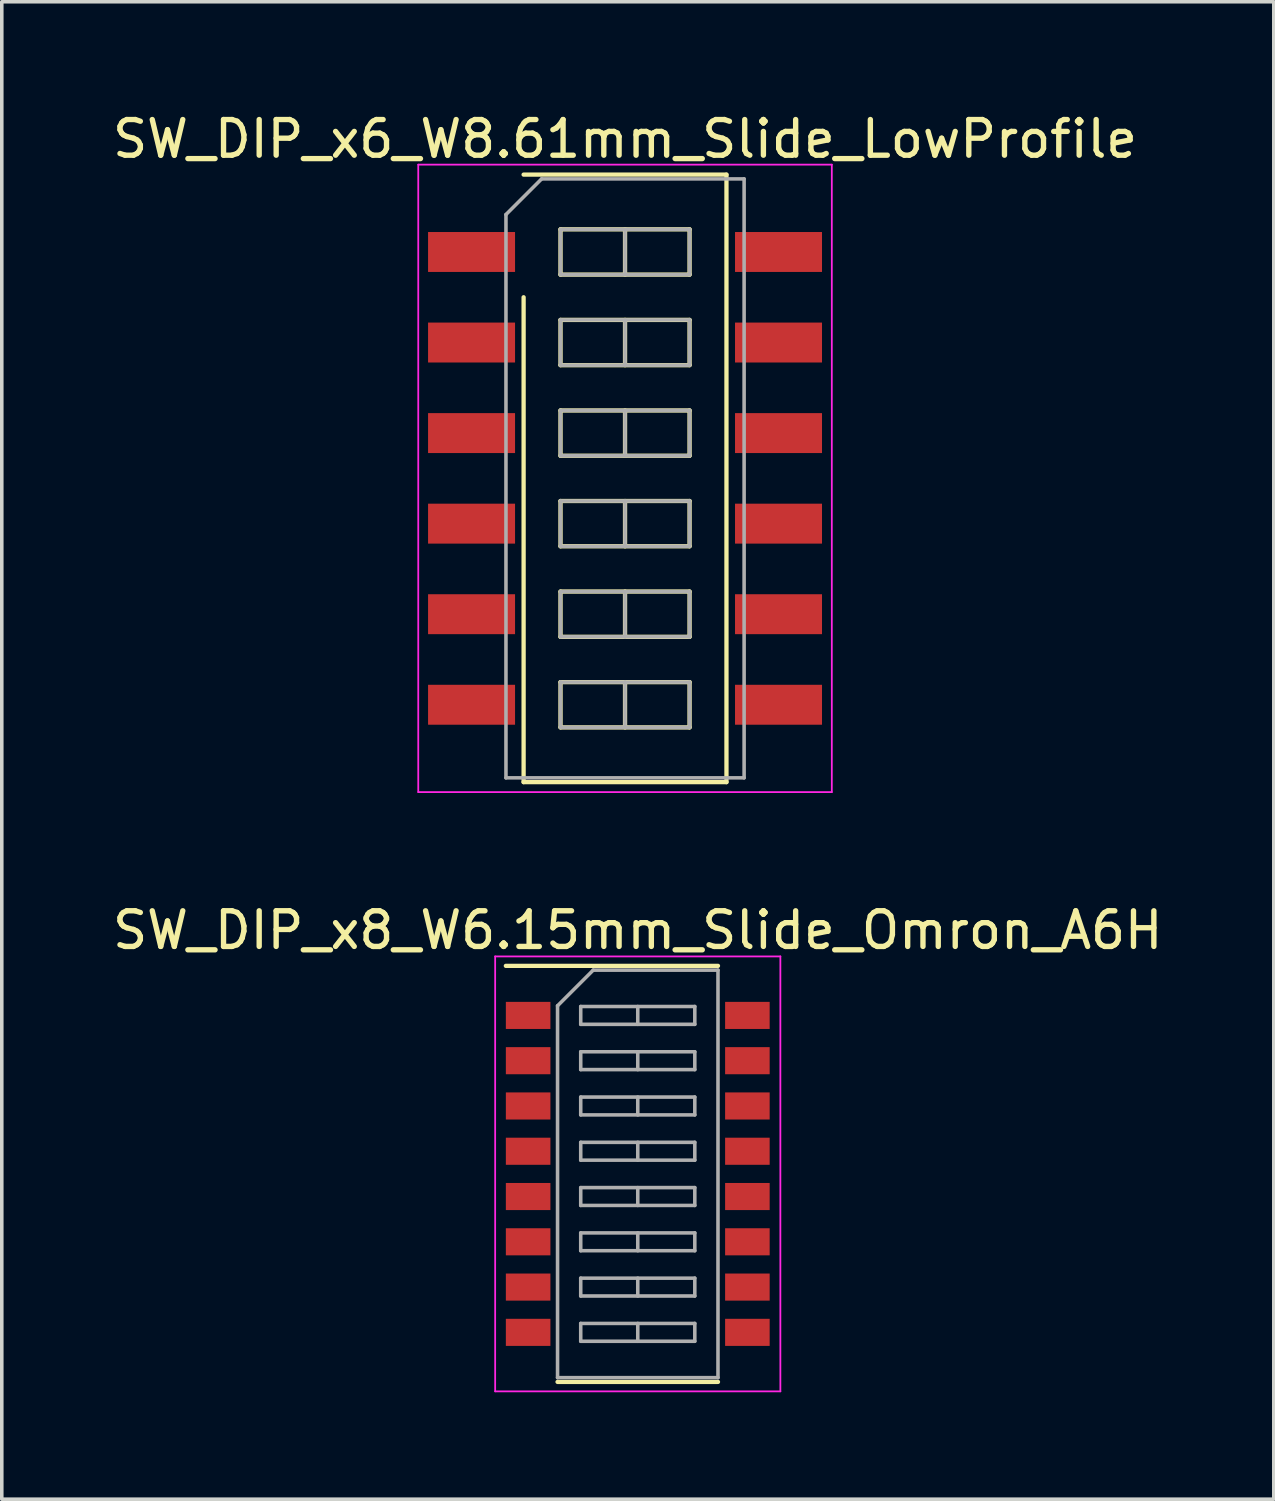
<source format=kicad_pcb>
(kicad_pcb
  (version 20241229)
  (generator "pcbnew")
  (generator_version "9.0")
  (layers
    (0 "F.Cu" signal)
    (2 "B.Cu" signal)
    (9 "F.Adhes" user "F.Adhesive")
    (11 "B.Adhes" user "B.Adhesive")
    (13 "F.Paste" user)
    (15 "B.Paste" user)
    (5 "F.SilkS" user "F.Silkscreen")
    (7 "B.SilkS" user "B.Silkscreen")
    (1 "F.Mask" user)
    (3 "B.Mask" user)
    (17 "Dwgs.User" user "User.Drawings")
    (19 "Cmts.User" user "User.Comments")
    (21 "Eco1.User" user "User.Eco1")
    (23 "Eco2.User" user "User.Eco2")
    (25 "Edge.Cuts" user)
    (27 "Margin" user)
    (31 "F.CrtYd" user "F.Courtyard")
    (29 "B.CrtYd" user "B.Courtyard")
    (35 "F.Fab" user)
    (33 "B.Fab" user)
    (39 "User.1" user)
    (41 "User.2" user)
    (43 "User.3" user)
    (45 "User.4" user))
  (footprint "SW_DIP_x8_W6.15mm_Slide_Omron_A6H"
    (layer "F.Cu")
    (at 14.839 29.877)
    (property "Reference" "SW_DIP_x8_W6.15mm_Slide_Omron_A6H" (at 0 -6.835 0) (layer "F.SilkS") (effects (font (size 1 1) (thickness 0.15))))
    (attr smd)
    (fp_line (start -3.7 -5.835) (end 2.25 -5.835) (stroke (width 0.12) (type solid)) (layer "F.SilkS"))
    (fp_line (start -2.25 5.835) (end 2.25 5.835) (stroke (width 0.12) (type solid)) (layer "F.SilkS"))
    (fp_line (start -4 -6.1) (end -4 6.1) (stroke (width 0.05) (type solid)) (layer "F.CrtYd"))
    (fp_line (start -4 6.1) (end 4 6.1) (stroke (width 0.05) (type solid)) (layer "F.CrtYd"))
    (fp_line (start 4 -6.1) (end -4 -6.1) (stroke (width 0.05) (type solid)) (layer "F.CrtYd"))
    (fp_line (start 4 6.1) (end 4 -6.1) (stroke (width 0.05) (type solid)) (layer "F.CrtYd"))
    (fp_line (start -2.25 -4.715) (end -1.25 -5.715) (stroke (width 0.1) (type solid)) (layer "F.Fab"))
    (fp_line (start -2.25 5.715) (end -2.25 -4.715) (stroke (width 0.1) (type solid)) (layer "F.Fab"))
    (fp_line (start -1.6 -4.695) (end -1.6 -4.195) (stroke (width 0.1) (type solid)) (layer "F.Fab"))
    (fp_line (start -1.6 -4.195) (end 1.6 -4.195) (stroke (width 0.1) (type solid)) (layer "F.Fab"))
    (fp_line (start -1.6 -3.425) (end -1.6 -2.925) (stroke (width 0.1) (type solid)) (layer "F.Fab"))
    (fp_line (start -1.6 -2.925) (end 1.6 -2.925) (stroke (width 0.1) (type solid)) (layer "F.Fab"))
    (fp_line (start -1.6 -2.155) (end -1.6 -1.655) (stroke (width 0.1) (type solid)) (layer "F.Fab"))
    (fp_line (start -1.6 -1.655) (end 1.6 -1.655) (stroke (width 0.1) (type solid)) (layer "F.Fab"))
    (fp_line (start -1.6 -0.885) (end -1.6 -0.385) (stroke (width 0.1) (type solid)) (layer "F.Fab"))
    (fp_line (start -1.6 -0.385) (end 1.6 -0.385) (stroke (width 0.1) (type solid)) (layer "F.Fab"))
    (fp_line (start -1.6 0.385) (end -1.6 0.885) (stroke (width 0.1) (type solid)) (layer "F.Fab"))
    (fp_line (start -1.6 0.885) (end 1.6 0.885) (stroke (width 0.1) (type solid)) (layer "F.Fab"))
    (fp_line (start -1.6 1.655) (end -1.6 2.155) (stroke (width 0.1) (type solid)) (layer "F.Fab"))
    (fp_line (start -1.6 2.155) (end 1.6 2.155) (stroke (width 0.1) (type solid)) (layer "F.Fab"))
    (fp_line (start -1.6 2.925) (end -1.6 3.425) (stroke (width 0.1) (type solid)) (layer "F.Fab"))
    (fp_line (start -1.6 3.425) (end 1.6 3.425) (stroke (width 0.1) (type solid)) (layer "F.Fab"))
    (fp_line (start -1.6 4.195) (end -1.6 4.695) (stroke (width 0.1) (type solid)) (layer "F.Fab"))
    (fp_line (start -1.6 4.695) (end 1.6 4.695) (stroke (width 0.1) (type solid)) (layer "F.Fab"))
    (fp_line (start -1.25 -5.715) (end 2.25 -5.715) (stroke (width 0.1) (type solid)) (layer "F.Fab"))
    (fp_line (start 0 -4.695) (end 0 -4.195) (stroke (width 0.1) (type solid)) (layer "F.Fab"))
    (fp_line (start 0 -3.425) (end 0 -2.925) (stroke (width 0.1) (type solid)) (layer "F.Fab"))
    (fp_line (start 0 -2.155) (end 0 -1.655) (stroke (width 0.1) (type solid)) (layer "F.Fab"))
    (fp_line (start 0 -0.885) (end 0 -0.385) (stroke (width 0.1) (type solid)) (layer "F.Fab"))
    (fp_line (start 0 0.385) (end 0 0.885) (stroke (width 0.1) (type solid)) (layer "F.Fab"))
    (fp_line (start 0 1.655) (end 0 2.155) (stroke (width 0.1) (type solid)) (layer "F.Fab"))
    (fp_line (start 0 2.925) (end 0 3.425) (stroke (width 0.1) (type solid)) (layer "F.Fab"))
    (fp_line (start 0 4.195) (end 0 4.695) (stroke (width 0.1) (type solid)) (layer "F.Fab"))
    (fp_line (start 1.6 -4.695) (end -1.6 -4.695) (stroke (width 0.1) (type solid)) (layer "F.Fab"))
    (fp_line (start 1.6 -4.195) (end 1.6 -4.695) (stroke (width 0.1) (type solid)) (layer "F.Fab"))
    (fp_line (start 1.6 -3.425) (end -1.6 -3.425) (stroke (width 0.1) (type solid)) (layer "F.Fab"))
    (fp_line (start 1.6 -2.925) (end 1.6 -3.425) (stroke (width 0.1) (type solid)) (layer "F.Fab"))
    (fp_line (start 1.6 -2.155) (end -1.6 -2.155) (stroke (width 0.1) (type solid)) (layer "F.Fab"))
    (fp_line (start 1.6 -1.655) (end 1.6 -2.155) (stroke (width 0.1) (type solid)) (layer "F.Fab"))
    (fp_line (start 1.6 -0.885) (end -1.6 -0.885) (stroke (width 0.1) (type solid)) (layer "F.Fab"))
    (fp_line (start 1.6 -0.385) (end 1.6 -0.885) (stroke (width 0.1) (type solid)) (layer "F.Fab"))
    (fp_line (start 1.6 0.385) (end -1.6 0.385) (stroke (width 0.1) (type solid)) (layer "F.Fab"))
    (fp_line (start 1.6 0.885) (end 1.6 0.385) (stroke (width 0.1) (type solid)) (layer "F.Fab"))
    (fp_line (start 1.6 1.655) (end -1.6 1.655) (stroke (width 0.1) (type solid)) (layer "F.Fab"))
    (fp_line (start 1.6 2.155) (end 1.6 1.655) (stroke (width 0.1) (type solid)) (layer "F.Fab"))
    (fp_line (start 1.6 2.925) (end -1.6 2.925) (stroke (width 0.1) (type solid)) (layer "F.Fab"))
    (fp_line (start 1.6 3.425) (end 1.6 2.925) (stroke (width 0.1) (type solid)) (layer "F.Fab"))
    (fp_line (start 1.6 4.195) (end -1.6 4.195) (stroke (width 0.1) (type solid)) (layer "F.Fab"))
    (fp_line (start 1.6 4.695) (end 1.6 4.195) (stroke (width 0.1) (type solid)) (layer "F.Fab"))
    (fp_line (start 2.25 -5.715) (end 2.25 5.715) (stroke (width 0.1) (type solid)) (layer "F.Fab"))
    (fp_line (start 2.25 5.715) (end -2.25 5.715) (stroke (width 0.1) (type solid)) (layer "F.Fab"))
    (pad "1" smd rect (at -3.075 -4.445) (size 1.25 0.76) (layers "F.Cu" "F.Mask"))
    (pad "2" smd rect (at -3.075 -3.175) (size 1.25 0.76) (layers "F.Cu" "F.Mask"))
    (pad "3" smd rect (at -3.075 -1.905) (size 1.25 0.76) (layers "F.Cu" "F.Mask"))
    (pad "4" smd rect (at -3.075 -0.635) (size 1.25 0.76) (layers "F.Cu" "F.Mask"))
    (pad "5" smd rect (at -3.075 0.635) (size 1.25 0.76) (layers "F.Cu" "F.Mask"))
    (pad "6" smd rect (at -3.075 1.905) (size 1.25 0.76) (layers "F.Cu" "F.Mask"))
    (pad "7" smd rect (at -3.075 3.175) (size 1.25 0.76) (layers "F.Cu" "F.Mask"))
    (pad "8" smd rect (at -3.075 4.445) (size 1.25 0.76) (layers "F.Cu" "F.Mask"))
    (pad "9" smd rect (at 3.075 4.445) (size 1.25 0.76) (layers "F.Cu" "F.Mask"))
    (pad "10" smd rect (at 3.075 3.175) (size 1.25 0.76) (layers "F.Cu" "F.Mask"))
    (pad "11" smd rect (at 3.075 1.905) (size 1.25 0.76) (layers "F.Cu" "F.Mask"))
    (pad "12" smd rect (at 3.075 0.635) (size 1.25 0.76) (layers "F.Cu" "F.Mask"))
    (pad "13" smd rect (at 3.075 -0.635) (size 1.25 0.76) (layers "F.Cu" "F.Mask"))
    (pad "14" smd rect (at 3.075 -1.905) (size 1.25 0.76) (layers "F.Cu" "F.Mask"))
    (pad "15" smd rect (at 3.075 -3.175) (size 1.25 0.76) (layers "F.Cu" "F.Mask"))
    (pad "16" smd rect (at 3.075 -4.445) (size 1.25 0.76) (layers "F.Cu" "F.Mask")))
  (footprint "SW_DIP_x6_W8.61mm_Slide_LowProfile"
    (layer "F.Cu")
    (at 14.482 10.368)
    (property "Reference" "SW_DIP_x6_W8.61mm_Slide_LowProfile" (at 0 -9.52 0) (layer "F.SilkS") (effects (font (size 1 1) (thickness 0.15))))
    (attr smd)
    (fp_line (start -2.845 -8.52) (end 2.845 -8.52) (stroke (width 0.12) (type solid)) (layer "F.SilkS"))
    (fp_line (start -2.845 8.52) (end -2.845 -5.08) (stroke (width 0.12) (type solid)) (layer "F.SilkS"))
    (fp_line (start -1.81 -6.985) (end -1.81 -5.715) (stroke (width 0.12) (type solid)) (layer "F.SilkS"))
    (fp_line (start -1.81 -5.715) (end 1.81 -5.715) (stroke (width 0.12) (type solid)) (layer "F.SilkS"))
    (fp_line (start -1.81 -4.445) (end -1.81 -3.175) (stroke (width 0.12) (type solid)) (layer "F.SilkS"))
    (fp_line (start -1.81 -3.175) (end 1.81 -3.175) (stroke (width 0.12) (type solid)) (layer "F.SilkS"))
    (fp_line (start -1.81 -1.905) (end -1.81 -0.635) (stroke (width 0.12) (type solid)) (layer "F.SilkS"))
    (fp_line (start -1.81 -0.635) (end 1.81 -0.635) (stroke (width 0.12) (type solid)) (layer "F.SilkS"))
    (fp_line (start -1.81 0.635) (end -1.81 1.905) (stroke (width 0.12) (type solid)) (layer "F.SilkS"))
    (fp_line (start -1.81 1.905) (end 1.81 1.905) (stroke (width 0.12) (type solid)) (layer "F.SilkS"))
    (fp_line (start -1.81 3.175) (end -1.81 4.445) (stroke (width 0.12) (type solid)) (layer "F.SilkS"))
    (fp_line (start -1.81 4.445) (end 1.81 4.445) (stroke (width 0.12) (type solid)) (layer "F.SilkS"))
    (fp_line (start -1.81 5.715) (end -1.81 6.985) (stroke (width 0.12) (type solid)) (layer "F.SilkS"))
    (fp_line (start -1.81 6.985) (end 1.81 6.985) (stroke (width 0.12) (type solid)) (layer "F.SilkS"))
    (fp_line (start 0 -6.985) (end 0 -5.715) (stroke (width 0.12) (type solid)) (layer "F.SilkS"))
    (fp_line (start 0 -4.445) (end 0 -3.175) (stroke (width 0.12) (type solid)) (layer "F.SilkS"))
    (fp_line (start 0 -1.905) (end 0 -0.635) (stroke (width 0.12) (type solid)) (layer "F.SilkS"))
    (fp_line (start 0 0.635) (end 0 1.905) (stroke (width 0.12) (type solid)) (layer "F.SilkS"))
    (fp_line (start 0 3.175) (end 0 4.445) (stroke (width 0.12) (type solid)) (layer "F.SilkS"))
    (fp_line (start 0 5.715) (end 0 6.985) (stroke (width 0.12) (type solid)) (layer "F.SilkS"))
    (fp_line (start 1.81 -6.985) (end -1.81 -6.985) (stroke (width 0.12) (type solid)) (layer "F.SilkS"))
    (fp_line (start 1.81 -5.715) (end 1.81 -6.985) (stroke (width 0.12) (type solid)) (layer "F.SilkS"))
    (fp_line (start 1.81 -4.445) (end -1.81 -4.445) (stroke (width 0.12) (type solid)) (layer "F.SilkS"))
    (fp_line (start 1.81 -3.175) (end 1.81 -4.445) (stroke (width 0.12) (type solid)) (layer "F.SilkS"))
    (fp_line (start 1.81 -1.905) (end -1.81 -1.905) (stroke (width 0.12) (type solid)) (layer "F.SilkS"))
    (fp_line (start 1.81 -0.635) (end 1.81 -1.905) (stroke (width 0.12) (type solid)) (layer "F.SilkS"))
    (fp_line (start 1.81 0.635) (end -1.81 0.635) (stroke (width 0.12) (type solid)) (layer "F.SilkS"))
    (fp_line (start 1.81 1.905) (end 1.81 0.635) (stroke (width 0.12) (type solid)) (layer "F.SilkS"))
    (fp_line (start 1.81 3.175) (end -1.81 3.175) (stroke (width 0.12) (type solid)) (layer "F.SilkS"))
    (fp_line (start 1.81 4.445) (end 1.81 3.175) (stroke (width 0.12) (type solid)) (layer "F.SilkS"))
    (fp_line (start 1.81 5.715) (end -1.81 5.715) (stroke (width 0.12) (type solid)) (layer "F.SilkS"))
    (fp_line (start 1.81 6.985) (end 1.81 5.715) (stroke (width 0.12) (type solid)) (layer "F.SilkS"))
    (fp_line (start 2.845 -8.52) (end 2.845 8.52) (stroke (width 0.12) (type solid)) (layer "F.SilkS"))
    (fp_line (start 2.845 8.52) (end -2.845 8.52) (stroke (width 0.12) (type solid)) (layer "F.SilkS"))
    (fp_line (start -5.8 -8.8) (end -5.8 8.8) (stroke (width 0.05) (type solid)) (layer "F.CrtYd"))
    (fp_line (start -5.8 8.8) (end 5.8 8.8) (stroke (width 0.05) (type solid)) (layer "F.CrtYd"))
    (fp_line (start 5.8 -8.8) (end -5.8 -8.8) (stroke (width 0.05) (type solid)) (layer "F.CrtYd"))
    (fp_line (start 5.8 8.8) (end 5.8 -8.8) (stroke (width 0.05) (type solid)) (layer "F.CrtYd"))
    (fp_line (start -3.34 -7.4) (end -2.34 -8.4) (stroke (width 0.1) (type solid)) (layer "F.Fab"))
    (fp_line (start -3.34 8.4) (end -3.34 -7.4) (stroke (width 0.1) (type solid)) (layer "F.Fab"))
    (fp_line (start -2.34 -8.4) (end 3.34 -8.4) (stroke (width 0.1) (type solid)) (layer "F.Fab"))
    (fp_line (start -1.81 -6.985) (end -1.81 -5.715) (stroke (width 0.1) (type solid)) (layer "F.Fab"))
    (fp_line (start -1.81 -5.715) (end 1.81 -5.715) (stroke (width 0.1) (type solid)) (layer "F.Fab"))
    (fp_line (start -1.81 -4.445) (end -1.81 -3.175) (stroke (width 0.1) (type solid)) (layer "F.Fab"))
    (fp_line (start -1.81 -3.175) (end 1.81 -3.175) (stroke (width 0.1) (type solid)) (layer "F.Fab"))
    (fp_line (start -1.81 -1.905) (end -1.81 -0.635) (stroke (width 0.1) (type solid)) (layer "F.Fab"))
    (fp_line (start -1.81 -0.635) (end 1.81 -0.635) (stroke (width 0.1) (type solid)) (layer "F.Fab"))
    (fp_line (start -1.81 0.635) (end -1.81 1.905) (stroke (width 0.1) (type solid)) (layer "F.Fab"))
    (fp_line (start -1.81 1.905) (end 1.81 1.905) (stroke (width 0.1) (type solid)) (layer "F.Fab"))
    (fp_line (start -1.81 3.175) (end -1.81 4.445) (stroke (width 0.1) (type solid)) (layer "F.Fab"))
    (fp_line (start -1.81 4.445) (end 1.81 4.445) (stroke (width 0.1) (type solid)) (layer "F.Fab"))
    (fp_line (start -1.81 5.715) (end -1.81 6.985) (stroke (width 0.1) (type solid)) (layer "F.Fab"))
    (fp_line (start -1.81 6.985) (end 1.81 6.985) (stroke (width 0.1) (type solid)) (layer "F.Fab"))
    (fp_line (start 0 -6.985) (end 0 -5.715) (stroke (width 0.1) (type solid)) (layer "F.Fab"))
    (fp_line (start 0 -4.445) (end 0 -3.175) (stroke (width 0.1) (type solid)) (layer "F.Fab"))
    (fp_line (start 0 -1.905) (end 0 -0.635) (stroke (width 0.1) (type solid)) (layer "F.Fab"))
    (fp_line (start 0 0.635) (end 0 1.905) (stroke (width 0.1) (type solid)) (layer "F.Fab"))
    (fp_line (start 0 3.175) (end 0 4.445) (stroke (width 0.1) (type solid)) (layer "F.Fab"))
    (fp_line (start 0 5.715) (end 0 6.985) (stroke (width 0.1) (type solid)) (layer "F.Fab"))
    (fp_line (start 1.81 -6.985) (end -1.81 -6.985) (stroke (width 0.1) (type solid)) (layer "F.Fab"))
    (fp_line (start 1.81 -5.715) (end 1.81 -6.985) (stroke (width 0.1) (type solid)) (layer "F.Fab"))
    (fp_line (start 1.81 -4.445) (end -1.81 -4.445) (stroke (width 0.1) (type solid)) (layer "F.Fab"))
    (fp_line (start 1.81 -3.175) (end 1.81 -4.445) (stroke (width 0.1) (type solid)) (layer "F.Fab"))
    (fp_line (start 1.81 -1.905) (end -1.81 -1.905) (stroke (width 0.1) (type solid)) (layer "F.Fab"))
    (fp_line (start 1.81 -0.635) (end 1.81 -1.905) (stroke (width 0.1) (type solid)) (layer "F.Fab"))
    (fp_line (start 1.81 0.635) (end -1.81 0.635) (stroke (width 0.1) (type solid)) (layer "F.Fab"))
    (fp_line (start 1.81 1.905) (end 1.81 0.635) (stroke (width 0.1) (type solid)) (layer "F.Fab"))
    (fp_line (start 1.81 3.175) (end -1.81 3.175) (stroke (width 0.1) (type solid)) (layer "F.Fab"))
    (fp_line (start 1.81 4.445) (end 1.81 3.175) (stroke (width 0.1) (type solid)) (layer "F.Fab"))
    (fp_line (start 1.81 5.715) (end -1.81 5.715) (stroke (width 0.1) (type solid)) (layer "F.Fab"))
    (fp_line (start 1.81 6.985) (end 1.81 5.715) (stroke (width 0.1) (type solid)) (layer "F.Fab"))
    (fp_line (start 3.34 -8.4) (end 3.34 8.4) (stroke (width 0.1) (type solid)) (layer "F.Fab"))
    (fp_line (start 3.34 8.4) (end -3.34 8.4) (stroke (width 0.1) (type solid)) (layer "F.Fab"))
    (pad "1" smd rect (at -4.305 -6.35) (size 2.44 1.12) (layers "F.Cu" "F.Mask"))
    (pad "2" smd rect (at -4.305 -3.81) (size 2.44 1.12) (layers "F.Cu" "F.Mask"))
    (pad "3" smd rect (at -4.305 -1.27) (size 2.44 1.12) (layers "F.Cu" "F.Mask"))
    (pad "4" smd rect (at -4.305 1.27) (size 2.44 1.12) (layers "F.Cu" "F.Mask"))
    (pad "5" smd rect (at -4.305 3.81) (size 2.44 1.12) (layers "F.Cu" "F.Mask"))
    (pad "6" smd rect (at -4.305 6.35) (size 2.44 1.12) (layers "F.Cu" "F.Mask"))
    (pad "7" smd rect (at 4.305 6.35) (size 2.44 1.12) (layers "F.Cu" "F.Mask"))
    (pad "8" smd rect (at 4.305 3.81) (size 2.44 1.12) (layers "F.Cu" "F.Mask"))
    (pad "9" smd rect (at 4.305 1.27) (size 2.44 1.12) (layers "F.Cu" "F.Mask"))
    (pad "10" smd rect (at 4.305 -1.27) (size 2.44 1.12) (layers "F.Cu" "F.Mask"))
    (pad "11" smd rect (at 4.305 -3.81) (size 2.44 1.12) (layers "F.Cu" "F.Mask"))
    (pad "12" smd rect (at 4.305 -6.35) (size 2.44 1.12) (layers "F.Cu" "F.Mask")))
  (gr_rect
    (start -3 -3)
    (end 32.679 39.002)
    (stroke (width 0.1) (type default))
    (fill no)
    (layer "Edge.Cuts")))
</source>
